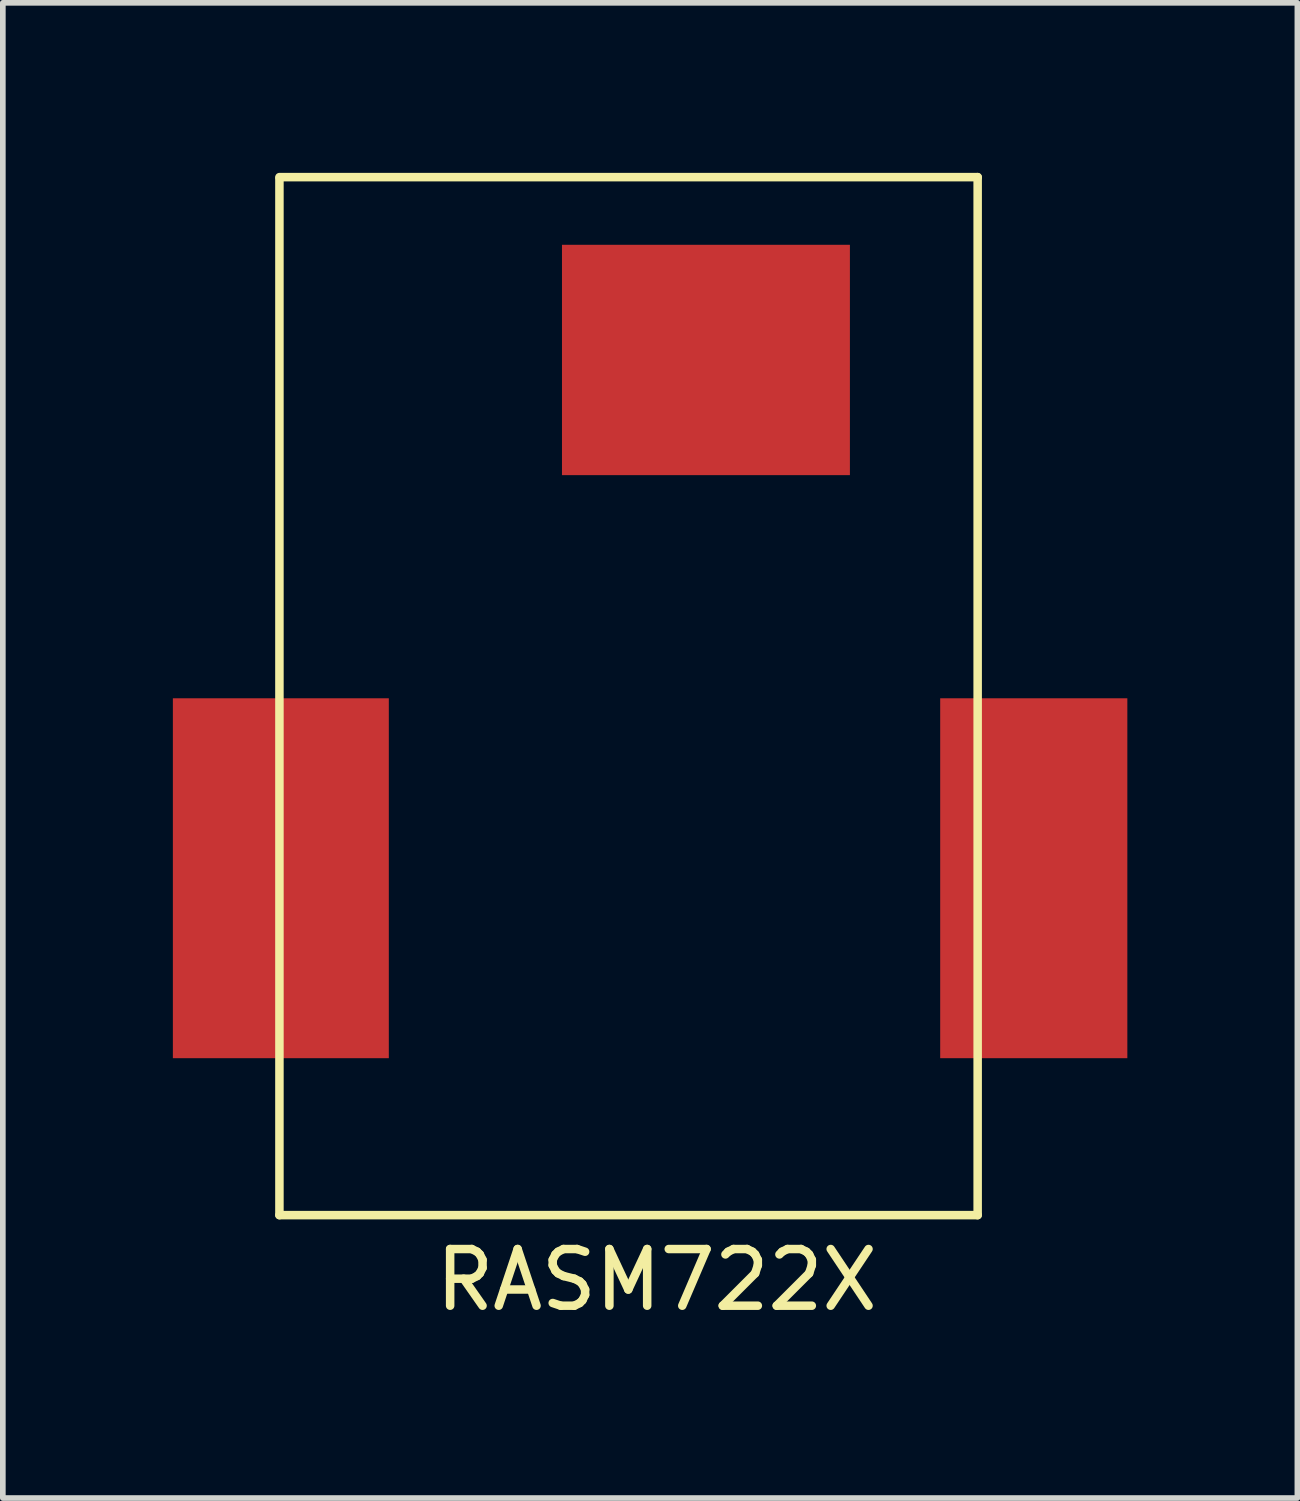
<source format=kicad_pcb>
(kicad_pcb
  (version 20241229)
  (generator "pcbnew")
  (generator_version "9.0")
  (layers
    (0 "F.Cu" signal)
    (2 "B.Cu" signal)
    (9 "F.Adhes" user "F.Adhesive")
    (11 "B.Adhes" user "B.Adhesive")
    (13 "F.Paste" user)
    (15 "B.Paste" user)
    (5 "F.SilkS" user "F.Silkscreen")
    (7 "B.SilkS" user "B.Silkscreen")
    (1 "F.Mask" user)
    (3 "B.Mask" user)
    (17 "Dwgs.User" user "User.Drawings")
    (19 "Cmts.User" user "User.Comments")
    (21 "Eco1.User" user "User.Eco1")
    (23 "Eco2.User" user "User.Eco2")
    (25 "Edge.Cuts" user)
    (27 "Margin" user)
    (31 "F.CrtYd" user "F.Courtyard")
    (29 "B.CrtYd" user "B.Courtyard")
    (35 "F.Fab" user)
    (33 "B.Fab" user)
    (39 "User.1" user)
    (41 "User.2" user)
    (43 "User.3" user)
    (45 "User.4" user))
  (footprint "RASM722X"
    (layer "F.Cu")
    (at 8.611 9.397)
    (property "Reference" "RASM722X" (at -0.076 10.135 0) (layer "F.SilkS") (effects (font (size 1 1) (thickness 0.15))))
    (attr through_hole)
    (fp_line (start -6.731 -9.322) (end 5.588 -9.322) (stroke (width 0.15) (type solid)) (layer "F.SilkS"))
    (fp_line (start -6.731 8.992) (end -6.731 -9.296) (stroke (width 0.15) (type solid)) (layer "F.SilkS"))
    (fp_line (start 5.588 -9.322) (end 5.588 -9.322) (stroke (width 0.15) (type solid)) (layer "F.SilkS"))
    (fp_line (start 5.588 -9.296) (end 5.588 8.992) (stroke (width 0.15) (type solid)) (layer "F.SilkS"))
    (fp_line (start 5.588 8.992) (end -6.731 8.992) (stroke (width 0.15) (type solid)) (layer "F.SilkS"))
    (pad "1" smd rect (at 0.794 -6.096 180) (size 5.08 4.064) (layers "F.Cu" "F.Mask" "F.Paste"))
    (pad "2" smd rect (at 6.578 3.048 180) (size 3.302 6.35) (layers "F.Cu" "F.Mask" "F.Paste"))
    (pad "3" smd rect (at -6.706 3.048 180) (size 3.81 6.35) (layers "F.Cu" "F.Mask" "F.Paste")))
  (gr_rect
    (start -3 -3)
    (end 19.84 23.38)
    (stroke (width 0.1) (type default))
    (fill no)
    (layer "Edge.Cuts")))
</source>
